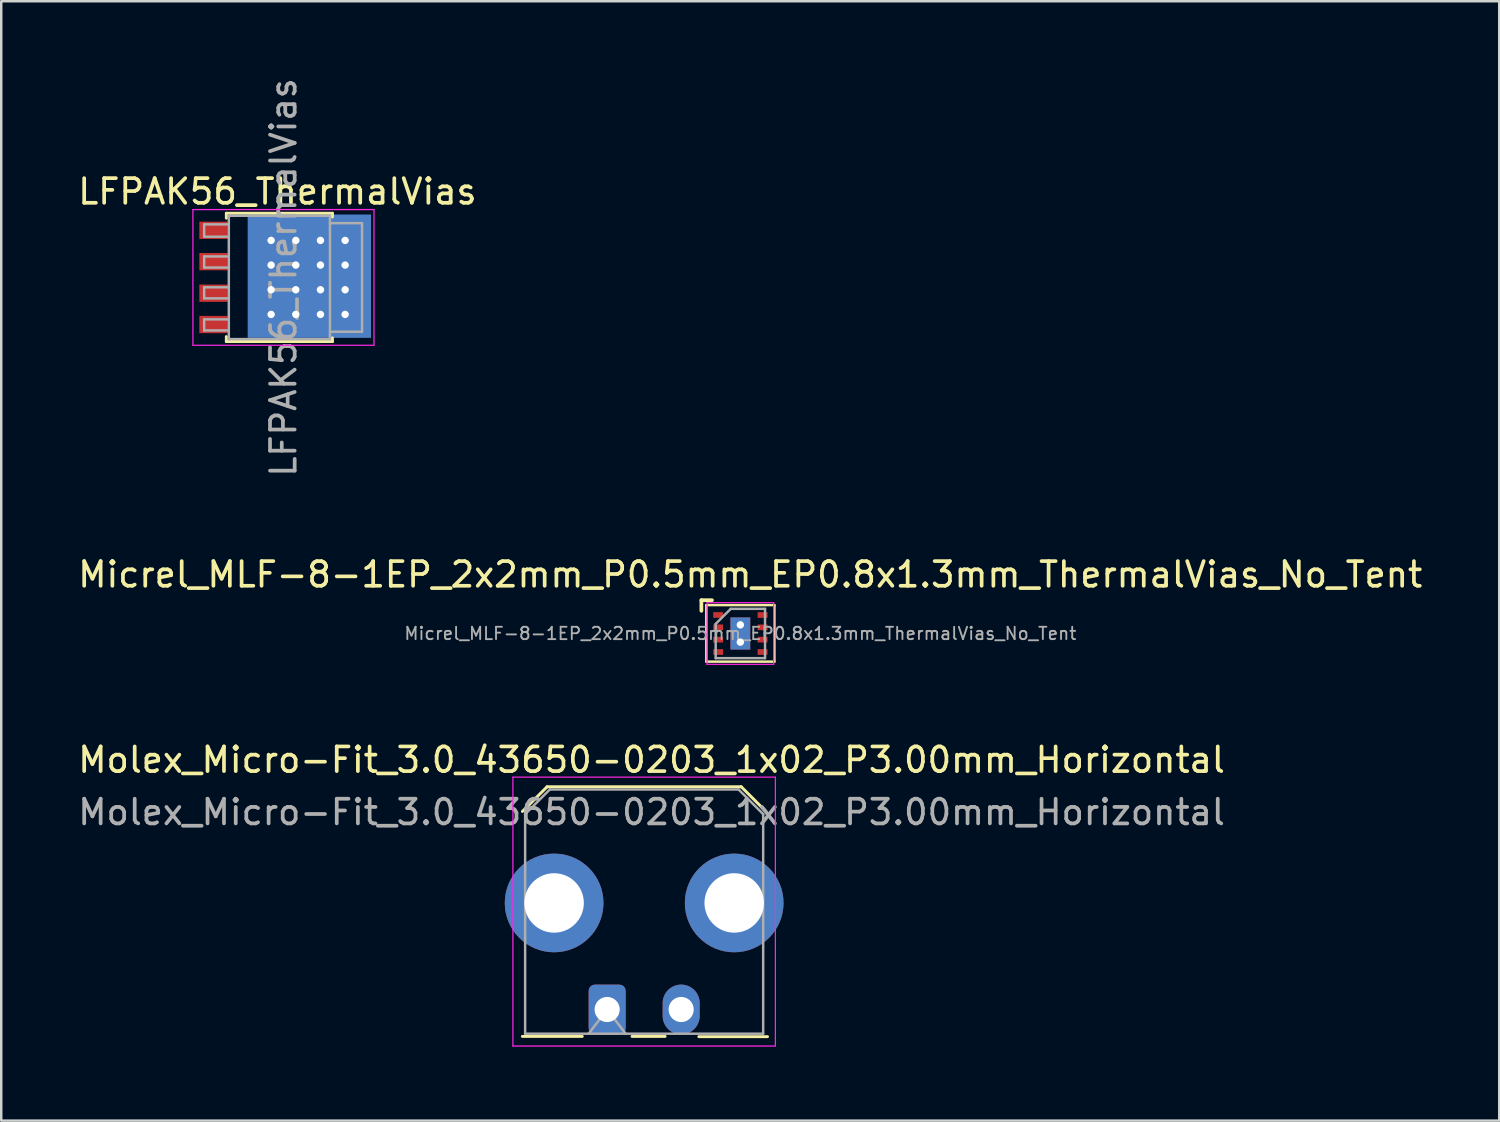
<source format=kicad_pcb>
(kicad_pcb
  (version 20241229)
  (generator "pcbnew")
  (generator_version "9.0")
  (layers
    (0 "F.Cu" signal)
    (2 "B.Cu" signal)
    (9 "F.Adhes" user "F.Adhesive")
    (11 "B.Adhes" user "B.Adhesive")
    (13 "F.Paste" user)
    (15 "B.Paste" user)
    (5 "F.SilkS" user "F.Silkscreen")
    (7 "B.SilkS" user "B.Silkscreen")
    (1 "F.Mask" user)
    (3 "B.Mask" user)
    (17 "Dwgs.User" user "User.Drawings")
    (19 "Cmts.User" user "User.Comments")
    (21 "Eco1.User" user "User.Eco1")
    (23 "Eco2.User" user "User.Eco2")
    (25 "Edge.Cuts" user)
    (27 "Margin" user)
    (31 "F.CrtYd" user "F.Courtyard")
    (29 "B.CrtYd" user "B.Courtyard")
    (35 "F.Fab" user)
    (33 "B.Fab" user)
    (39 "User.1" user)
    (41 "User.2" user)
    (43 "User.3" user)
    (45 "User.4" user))
  (footprint "LFPAK56_ThermalVias"
    (layer "F.Cu")
    (at 8.441 8.196)
    (property "Reference" "LFPAK56_ThermalVias" (at -0.245 -3.48 0) (layer "F.SilkS") (effects (font (size 1 1) (thickness 0.15))))
    (attr smd)
    (fp_line (start -2.315 -2.6) (end -2.315 -2.4) (stroke (width 0.12) (type solid)) (layer "F.SilkS"))
    (fp_line (start -2.315 2.4) (end -2.315 2.6) (stroke (width 0.12) (type solid)) (layer "F.SilkS"))
    (fp_line (start -2.315 2.6) (end 1.985 2.6) (stroke (width 0.12) (type solid)) (layer "F.SilkS"))
    (fp_line (start 1.985 -2.6) (end -2.315 -2.6) (stroke (width 0.12) (type solid)) (layer "F.SilkS"))
    (fp_line (start 1.985 -2.45) (end 1.985 -2.6) (stroke (width 0.12) (type solid)) (layer "F.SilkS"))
    (fp_line (start 1.985 2.6) (end 1.985 2.45) (stroke (width 0.12) (type solid)) (layer "F.SilkS"))
    (fp_poly (pts (xy -0.7 -1.3) (xy -0.7 -0.7) (xy -1.1 -0.7) (xy -1.1 -1.3)) (stroke (width 0.1) (type solid)) (fill yes) (layer "F.Paste"))
    (fp_poly (pts (xy -0.7 -0.3) (xy -0.7 0.3) (xy -1.1 0.3) (xy -1.1 -0.3)) (stroke (width 0.1) (type solid)) (fill yes) (layer "F.Paste"))
    (fp_poly (pts (xy -0.7 1.3) (xy -0.7 0.7) (xy -1.1 0.7) (xy -1.1 1.3)) (stroke (width 0.1) (type solid)) (fill yes) (layer "F.Paste"))
    (fp_poly (pts (xy 0.3 -1.7) (xy -0.3 -1.7) (xy -0.3 -1.9) (xy 0.3 -1.9)) (stroke (width 0.1) (type solid)) (fill yes) (layer "F.Paste"))
    (fp_poly (pts (xy 0.3 -0.7) (xy -0.3 -0.7) (xy -0.3 -1.3) (xy 0.3 -1.3)) (stroke (width 0.1) (type solid)) (fill yes) (layer "F.Paste"))
    (fp_poly (pts (xy 0.3 0.3) (xy -0.3 0.3) (xy -0.3 -0.3) (xy 0.3 -0.3)) (stroke (width 0.1) (type solid)) (fill yes) (layer "F.Paste"))
    (fp_poly (pts (xy 0.3 1.3) (xy -0.3 1.3) (xy -0.3 0.7) (xy 0.3 0.7)) (stroke (width 0.1) (type solid)) (fill yes) (layer "F.Paste"))
    (fp_poly (pts (xy 0.3 1.7) (xy -0.3 1.7) (xy -0.3 1.9) (xy 0.3 1.9)) (stroke (width 0.1) (type solid)) (fill yes) (layer "F.Paste"))
    (fp_poly (pts (xy 1.3 -1.7) (xy 0.7 -1.7) (xy 0.7 -1.9) (xy 1.3 -1.9)) (stroke (width 0.1) (type solid)) (fill yes) (layer "F.Paste"))
    (fp_poly (pts (xy 1.3 -0.7) (xy 0.7 -0.7) (xy 0.7 -1.3) (xy 1.3 -1.3)) (stroke (width 0.1) (type solid)) (fill yes) (layer "F.Paste"))
    (fp_poly (pts (xy 1.3 0.3) (xy 0.7 0.3) (xy 0.7 -0.3) (xy 1.3 -0.3)) (stroke (width 0.1) (type solid)) (fill yes) (layer "F.Paste"))
    (fp_poly (pts (xy 1.3 1.3) (xy 0.7 1.3) (xy 0.7 0.7) (xy 1.3 0.7)) (stroke (width 0.1) (type solid)) (fill yes) (layer "F.Paste"))
    (fp_poly (pts (xy 1.3 1.7) (xy 0.7 1.7) (xy 0.7 1.9) (xy 1.3 1.9)) (stroke (width 0.1) (type solid)) (fill yes) (layer "F.Paste"))
    (fp_poly (pts (xy 2.3 -1.7) (xy 1.7 -1.7) (xy 1.7 -1.9) (xy 2.3 -1.9)) (stroke (width 0.1) (type solid)) (fill yes) (layer "F.Paste"))
    (fp_poly (pts (xy 2.3 -0.7) (xy 1.7 -0.7) (xy 1.7 -1.3) (xy 2.3 -1.3)) (stroke (width 0.1) (type solid)) (fill yes) (layer "F.Paste"))
    (fp_poly (pts (xy 2.3 0.3) (xy 1.7 0.3) (xy 1.7 -0.3) (xy 2.3 -0.3)) (stroke (width 0.1) (type solid)) (fill yes) (layer "F.Paste"))
    (fp_poly (pts (xy 2.3 1.3) (xy 1.7 1.3) (xy 1.7 0.7) (xy 2.3 0.7)) (stroke (width 0.1) (type solid)) (fill yes) (layer "F.Paste"))
    (fp_poly (pts (xy 2.3 1.7) (xy 1.7 1.7) (xy 1.7 1.9) (xy 2.3 1.9)) (stroke (width 0.1) (type solid)) (fill yes) (layer "F.Paste"))
    (fp_poly (pts (xy 3.3 -1.7) (xy 2.7 -1.7) (xy 2.7 -2.2) (xy 3.3 -2.2)) (stroke (width 0.1) (type solid)) (fill yes) (layer "F.Paste"))
    (fp_poly (pts (xy 3.3 -0.7) (xy 2.7 -0.7) (xy 2.7 -1.3) (xy 3.3 -1.3)) (stroke (width 0.1) (type solid)) (fill yes) (layer "F.Paste"))
    (fp_poly (pts (xy 3.3 0.3) (xy 2.7 0.3) (xy 2.7 -0.3) (xy 3.3 -0.3)) (stroke (width 0.1) (type solid)) (fill yes) (layer "F.Paste"))
    (fp_poly (pts (xy 3.3 1.3) (xy 2.7 1.3) (xy 2.7 0.7) (xy 3.3 0.7)) (stroke (width 0.1) (type solid)) (fill yes) (layer "F.Paste"))
    (fp_poly (pts (xy 3.3 1.7) (xy 2.7 1.7) (xy 2.7 2.2) (xy 3.3 2.2)) (stroke (width 0.1) (type solid)) (fill yes) (layer "F.Paste"))
    (fp_line (start -3.67 2.75) (end -3.67 -2.75) (stroke (width 0.05) (type solid)) (layer "F.CrtYd"))
    (fp_line (start -3.67 2.75) (end 3.67 2.75) (stroke (width 0.05) (type solid)) (layer "F.CrtYd"))
    (fp_line (start 3.67 -2.75) (end -3.67 -2.75) (stroke (width 0.05) (type solid)) (layer "F.CrtYd"))
    (fp_line (start 3.67 -2.75) (end 3.67 2.75) (stroke (width 0.05) (type solid)) (layer "F.CrtYd"))
    (fp_line (start -3.215 -2.15) (end -3.215 -1.65) (stroke (width 0.1) (type solid)) (layer "F.Fab"))
    (fp_line (start -3.215 -2.15) (end -2.215 -2.15) (stroke (width 0.1) (type solid)) (layer "F.Fab"))
    (fp_line (start -3.215 -1.65) (end -2.215 -1.65) (stroke (width 0.1) (type solid)) (layer "F.Fab"))
    (fp_line (start -3.215 -0.85) (end -3.215 -0.4) (stroke (width 0.1) (type solid)) (layer "F.Fab"))
    (fp_line (start -3.215 -0.4) (end -2.215 -0.4) (stroke (width 0.1) (type solid)) (layer "F.Fab"))
    (fp_line (start -3.215 0.4) (end -3.215 0.85) (stroke (width 0.1) (type solid)) (layer "F.Fab"))
    (fp_line (start -3.215 0.85) (end -2.215 0.85) (stroke (width 0.1) (type solid)) (layer "F.Fab"))
    (fp_line (start -3.215 1.7) (end -3.215 2.15) (stroke (width 0.1) (type solid)) (layer "F.Fab"))
    (fp_line (start -3.215 2.15) (end -2.215 2.15) (stroke (width 0.1) (type solid)) (layer "F.Fab"))
    (fp_line (start -2.215 -2.5) (end -2.215 2.5) (stroke (width 0.1) (type solid)) (layer "F.Fab"))
    (fp_line (start -2.215 -0.85) (end -3.215 -0.85) (stroke (width 0.1) (type solid)) (layer "F.Fab"))
    (fp_line (start -2.215 0.4) (end -3.215 0.4) (stroke (width 0.1) (type solid)) (layer "F.Fab"))
    (fp_line (start -2.215 1.7) (end -3.215 1.7) (stroke (width 0.1) (type solid)) (layer "F.Fab"))
    (fp_line (start -2.215 2.5) (end 1.885 2.5) (stroke (width 0.1) (type solid)) (layer "F.Fab"))
    (fp_line (start 1.885 -2.5) (end -2.215 -2.5) (stroke (width 0.1) (type solid)) (layer "F.Fab"))
    (fp_line (start 1.885 2.5) (end 1.885 -2.5) (stroke (width 0.1) (type solid)) (layer "F.Fab"))
    (fp_line (start 3.185 -2.2) (end 1.885 -2.2) (stroke (width 0.1) (type solid)) (layer "F.Fab"))
    (fp_line (start 3.185 -2.2) (end 3.185 2.2) (stroke (width 0.1) (type solid)) (layer "F.Fab"))
    (fp_line (start 3.185 2.2) (end 1.885 2.2) (stroke (width 0.1) (type solid)) (layer "F.Fab"))
    (fp_text user "${REFERENCE}" (at 0 0 90) (layer "F.Fab") (effects (font (size 1 1) (thickness 0.15))))
    (pad "1" smd rect (at -2.835 -1.91 270) (size 0.7 1.15) (layers "F.Cu" "F.Mask" "F.Paste"))
    (pad "2" smd rect (at -2.835 -0.64 270) (size 0.7 1.15) (layers "F.Cu" "F.Mask" "F.Paste"))
    (pad "3" smd rect (at -2.835 0.64 270) (size 0.7 1.15) (layers "F.Cu" "F.Mask" "F.Paste"))
    (pad "4" smd rect (at -2.835 1.91 270) (size 0.7 1.15) (layers "F.Cu" "F.Mask" "F.Paste"))
    (pad "5" thru_hole circle (at -0.5 -1.5) (size 0.3 0.3) (drill 0.3) (layers "*.Cu" "B.Mask"))
    (pad "5" thru_hole circle (at -0.5 -0.5) (size 0.3 0.3) (drill 0.3) (layers "*.Cu" "B.Mask"))
    (pad "5" thru_hole circle (at -0.5 0.5) (size 0.3 0.3) (drill 0.3) (layers "*.Cu" "B.Mask"))
    (pad "5" thru_hole circle (at -0.5 1.5) (size 0.3 0.3) (drill 0.3) (layers "*.Cu" "B.Mask"))
    (pad "5" smd custom (at 0.435 0) (size 3.3 4.2) (layers "F.Cu" "F.Mask") (options (anchor rect)) (primitives (gr_poly (pts (xy 1.425 -2.35) (xy 2.975 -2.35) (xy 2.975 2.35) (xy 1.425 2.35)) (width 0) (fill yes))))
    (pad "5" thru_hole circle (at 0.5 -1.5) (size 0.3 0.3) (drill 0.3) (layers "*.Cu" "B.Mask"))
    (pad "5" thru_hole circle (at 0.5 -0.5) (size 0.3 0.3) (drill 0.3) (layers "*.Cu" "B.Mask"))
    (pad "5" thru_hole circle (at 0.5 0.5) (size 0.3 0.3) (drill 0.3) (layers "*.Cu" "B.Mask"))
    (pad "5" thru_hole circle (at 0.5 1.5) (size 0.3 0.3) (drill 0.3) (layers "*.Cu" "B.Mask"))
    (pad "5" smd rect (at 1.05 -0.05) (size 5 5) (layers "B.Cu"))
    (pad "5" thru_hole circle (at 1.5 -1.5) (size 0.3 0.3) (drill 0.3) (layers "*.Cu" "B.Mask"))
    (pad "5" thru_hole circle (at 1.5 -0.5) (size 0.3 0.3) (drill 0.3) (layers "*.Cu" "B.Mask"))
    (pad "5" thru_hole circle (at 1.5 0.5) (size 0.3 0.3) (drill 0.3) (layers "*.Cu" "B.Mask"))
    (pad "5" thru_hole circle (at 1.5 1.5) (size 0.3 0.3) (drill 0.3) (layers "*.Cu" "B.Mask"))
    (pad "5" thru_hole circle (at 2.5 -1.5) (size 0.3 0.3) (drill 0.3) (layers "*.Cu" "B.Mask"))
    (pad "5" thru_hole circle (at 2.5 -0.5) (size 0.3 0.3) (drill 0.3) (layers "*.Cu" "B.Mask"))
    (pad "5" thru_hole circle (at 2.5 0.5) (size 0.3 0.3) (drill 0.3) (layers "*.Cu" "B.Mask"))
    (pad "5" thru_hole circle (at 2.5 1.5) (size 0.3 0.3) (drill 0.3) (layers "*.Cu" "B.Mask")))
  (footprint "Micrel_MLF-8-1EP_2x2mm_P0.5mm_EP0.8x1.3mm_ThermalVias_No_Tent"
    (layer "F.Cu")
    (at 26.963 22.631)
    (property "Reference" "Micrel_MLF-8-1EP_2x2mm_P0.5mm_EP0.8x1.3mm_ThermalVias_No_Tent" (at 0.4 -2.39 0) (layer "F.SilkS") (effects (font (size 1 1) (thickness 0.15))))
    (attr smd)
    (fp_line (start -1.58 -0.92) (end -1.58 -1.35) (stroke (width 0.15) (type solid)) (layer "F.SilkS"))
    (fp_line (start -1.38 -1.15) (end -1.38 1.14) (stroke (width 0.1) (type solid)) (layer "F.SilkS"))
    (fp_line (start -1.38 -1.15) (end 1.38 -1.15) (stroke (width 0.1) (type solid)) (layer "F.SilkS"))
    (fp_line (start -1.15 -1.35) (end -1.58 -1.35) (stroke (width 0.15) (type solid)) (layer "F.SilkS"))
    (fp_line (start 1.38 -1.15) (end 1.38 1.14) (stroke (width 0.1) (type solid)) (layer "F.SilkS"))
    (fp_line (start 1.38 1.14) (end -1.38 1.14) (stroke (width 0.1) (type solid)) (layer "F.SilkS"))
    (fp_line (start -1.35 -1.25) (end -1.35 1.25) (stroke (width 0.05) (type solid)) (layer "F.CrtYd"))
    (fp_line (start -1.35 -1.25) (end 1.35 -1.25) (stroke (width 0.05) (type solid)) (layer "F.CrtYd"))
    (fp_line (start 1.35 1.25) (end -1.35 1.25) (stroke (width 0.05) (type solid)) (layer "F.CrtYd"))
    (fp_line (start 1.35 1.25) (end 1.35 -1.25) (stroke (width 0.05) (type solid)) (layer "F.CrtYd"))
    (fp_line (start -1 -0.39) (end -0.39 -1) (stroke (width 0.1) (type solid)) (layer "F.Fab"))
    (fp_line (start -1 -0.38) (end -1 1) (stroke (width 0.1) (type solid)) (layer "F.Fab"))
    (fp_line (start -0.39 -1) (end 1 -1) (stroke (width 0.1) (type solid)) (layer "F.Fab"))
    (fp_line (start 1 1) (end -1 1) (stroke (width 0.1) (type solid)) (layer "F.Fab"))
    (fp_line (start 1 1) (end 1 -1) (stroke (width 0.1) (type solid)) (layer "F.Fab"))
    (fp_text user "${REFERENCE}" (at 0 0 0) (layer "F.Fab") (effects (font (size 0.5 0.5) (thickness 0.075))))
    (pad "" smd rect (at 0 0) (size 0.55 1) (layers "F.Paste"))
    (pad "1" smd rect (at -0.9 -0.75) (size 0.4 0.23) (layers "F.Cu" "F.Mask" "F.Paste"))
    (pad "2" smd rect (at -0.9 -0.25) (size 0.4 0.23) (layers "F.Cu" "F.Mask" "F.Paste"))
    (pad "3" smd rect (at -0.9 0.25) (size 0.4 0.23) (layers "F.Cu" "F.Mask" "F.Paste"))
    (pad "4" smd rect (at -0.9 0.75) (size 0.4 0.23) (layers "F.Cu" "F.Mask" "F.Paste"))
    (pad "5" smd rect (at 0.9 0.75) (size 0.4 0.23) (layers "F.Cu" "F.Mask" "F.Paste"))
    (pad "6" smd rect (at 0.9 0.25) (size 0.4 0.23) (layers "F.Cu" "F.Mask" "F.Paste"))
    (pad "7" smd rect (at 0.9 -0.25) (size 0.4 0.23) (layers "F.Cu" "F.Mask" "F.Paste"))
    (pad "8" smd rect (at 0.9 -0.75) (size 0.4 0.23) (layers "F.Cu" "F.Mask" "F.Paste"))
    (pad "9" thru_hole circle (at 0 -0.35) (size 0.3 0.3) (drill 0.3) (layers "*.Cu" "B.Mask"))
    (pad "9" smd rect (at 0 0) (size 0.8 1.3) (layers "F.Cu" "F.Mask"))
    (pad "9" smd rect (at 0 0) (size 0.8 1.3) (layers "B.Cu"))
    (pad "9" thru_hole circle (at 0 0.35) (size 0.3 0.3) (drill 0.3) (layers "*.Cu" "B.Mask")))
  (footprint "Molex_Micro-Fit_3.0_43650-0203_1x02_P3.00mm_Horizontal"
    (layer "F.Cu")
    (at 21.563 37.874)
    (property "Reference" "Molex_Micro-Fit_3.0_43650-0203_1x02_P3.00mm_Horizontal" (at 1.8 -10.12 0) (layer "F.SilkS") (effects (font (size 1 1) (thickness 0.15))))
    (attr through_hole)
    (fp_line (start -3.435 -8.03) (end -2.435 -9.03) (stroke (width 0.12) (type solid)) (layer "F.SilkS"))
    (fp_line (start -3.435 1.09) (end -1.01 1.09) (stroke (width 0.12) (type solid)) (layer "F.SilkS"))
    (fp_line (start -2.435 -9.03) (end 5.435 -9.03) (stroke (width 0.12) (type solid)) (layer "F.SilkS"))
    (fp_line (start 1.01 1.09) (end 2.348 1.09) (stroke (width 0.12) (type solid)) (layer "F.SilkS"))
    (fp_line (start 5.435 -9.03) (end 6.435 -8.03) (stroke (width 0.12) (type solid)) (layer "F.SilkS"))
    (fp_line (start 6.5 1.1) (end 3.717 1.1) (stroke (width 0.12) (type solid)) (layer "F.SilkS"))
    (fp_line (start -3.82 -9.42) (end 6.82 -9.42) (stroke (width 0.05) (type solid)) (layer "F.CrtYd"))
    (fp_line (start -3.82 1.48) (end -3.82 -9.42) (stroke (width 0.05) (type solid)) (layer "F.CrtYd"))
    (fp_line (start 6.82 -9.42) (end 6.82 1.48) (stroke (width 0.05) (type solid)) (layer "F.CrtYd"))
    (fp_line (start 6.82 1.48) (end -3.82 1.48) (stroke (width 0.05) (type solid)) (layer "F.CrtYd"))
    (fp_line (start -3.325 -7.92) (end -2.325 -8.92) (stroke (width 0.1) (type solid)) (layer "F.Fab"))
    (fp_line (start -3.325 0.98) (end -3.325 -7.92) (stroke (width 0.1) (type solid)) (layer "F.Fab"))
    (fp_line (start -2.325 -8.92) (end 5.325 -8.92) (stroke (width 0.1) (type solid)) (layer "F.Fab"))
    (fp_line (start -0.75 0.98) (end 0 0) (stroke (width 0.1) (type solid)) (layer "F.Fab"))
    (fp_line (start 0 0) (end 0.75 0.98) (stroke (width 0.1) (type solid)) (layer "F.Fab"))
    (fp_line (start 5.325 -8.92) (end 6.325 -7.92) (stroke (width 0.1) (type solid)) (layer "F.Fab"))
    (fp_line (start 6.325 -7.92) (end 6.325 0.98) (stroke (width 0.1) (type solid)) (layer "F.Fab"))
    (fp_line (start 6.325 0.98) (end -3.325 0.98) (stroke (width 0.1) (type solid)) (layer "F.Fab"))
    (fp_text user "${REFERENCE}" (at 1.8 -8 0) (layer "F.Fab") (effects (font (size 1 1) (thickness 0.15))))
    (pad "" thru_hole circle (at -2.15 -4.32) (size 4 4) (drill 2.41) (layers "*.Cu" "*.Mask"))
    (pad "" thru_hole circle (at 5.15 -4.32) (size 4 4) (drill 2.41) (layers "*.Cu" "*.Mask"))
    (pad "1" thru_hole roundrect (at 0 0) (size 1.5 2.02) (drill 1.02) (layers "*.Cu" "*.Mask") (roundrect_rratio 0.167))
    (pad "2" thru_hole oval (at 3 0) (size 1.5 2.02) (drill 1.02) (layers "*.Cu" "*.Mask")))
  (gr_rect
    (start -3 -3)
    (end 57.726 42.379)
    (stroke (width 0.1) (type default))
    (fill no)
    (layer "Edge.Cuts")))
</source>
